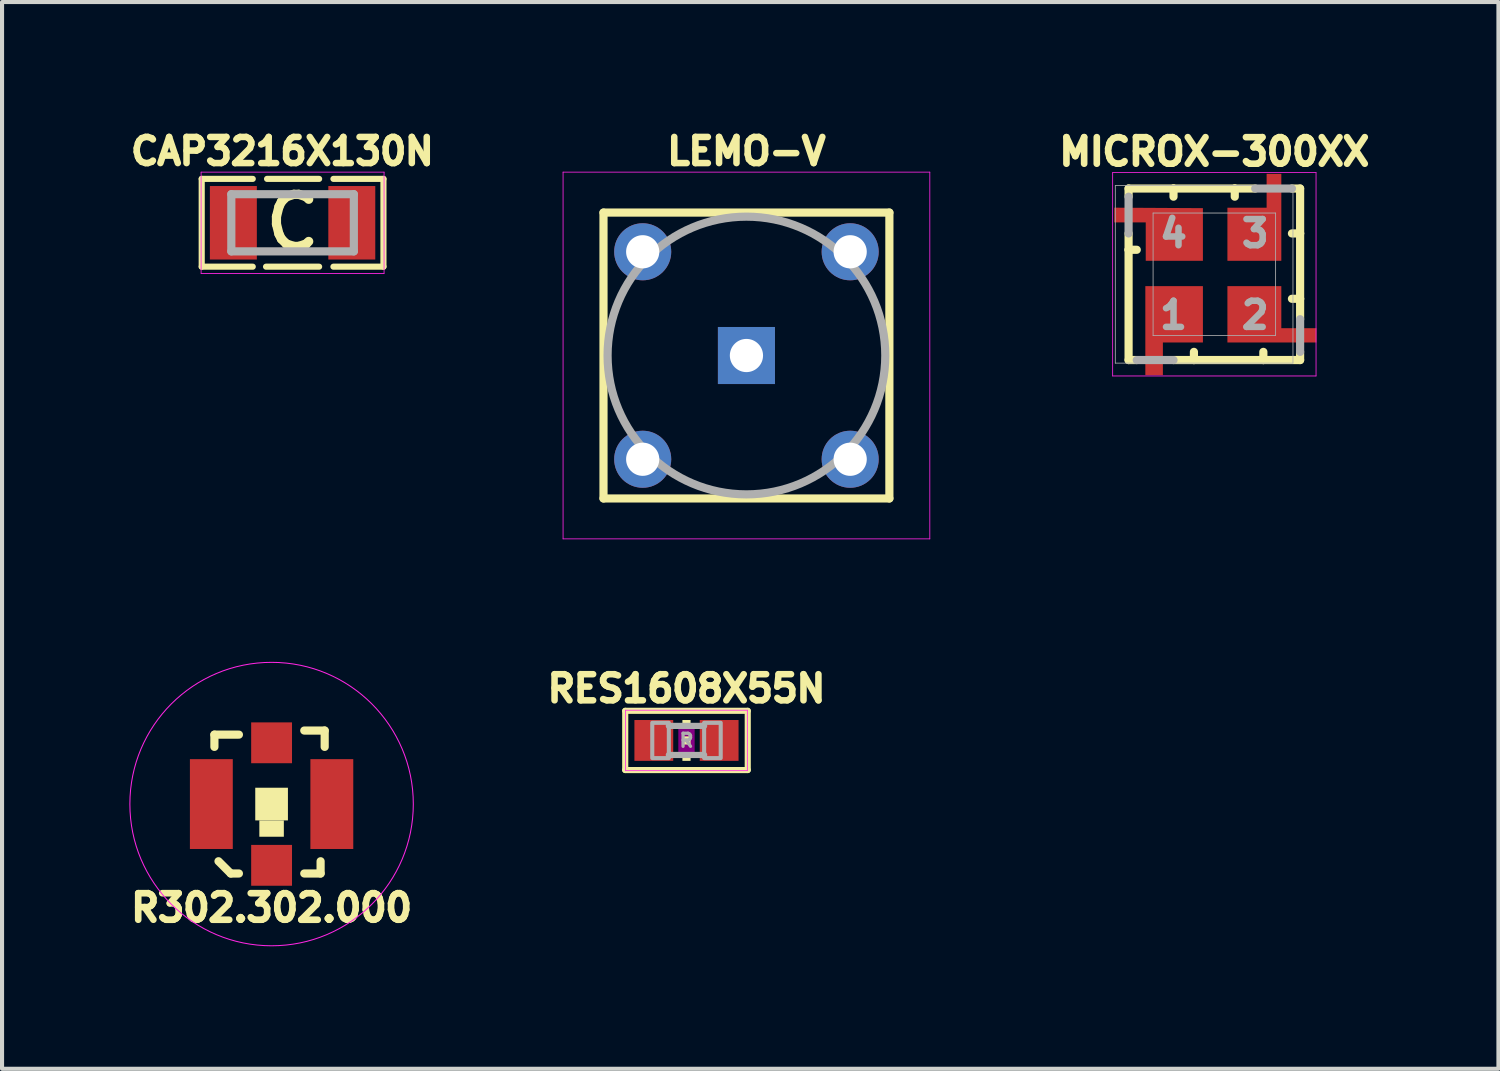
<source format=kicad_pcb>
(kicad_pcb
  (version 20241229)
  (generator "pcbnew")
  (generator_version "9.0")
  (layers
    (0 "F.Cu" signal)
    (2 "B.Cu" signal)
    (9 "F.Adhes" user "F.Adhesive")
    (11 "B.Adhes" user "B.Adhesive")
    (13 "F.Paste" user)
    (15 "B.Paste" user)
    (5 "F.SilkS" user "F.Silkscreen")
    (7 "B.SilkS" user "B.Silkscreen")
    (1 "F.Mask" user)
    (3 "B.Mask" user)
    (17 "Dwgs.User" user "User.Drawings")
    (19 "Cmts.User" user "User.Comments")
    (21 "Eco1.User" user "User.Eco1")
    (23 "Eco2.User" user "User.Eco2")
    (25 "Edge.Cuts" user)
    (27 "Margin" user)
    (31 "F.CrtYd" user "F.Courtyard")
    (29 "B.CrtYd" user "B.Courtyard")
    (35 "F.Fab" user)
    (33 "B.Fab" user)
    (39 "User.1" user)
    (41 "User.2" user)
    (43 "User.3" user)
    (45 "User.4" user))
  (footprint "CAP3216X130N"
    (layer "F.Cu")
    (at 4.114 2.405)
    (property "Reference" "CAP3216X130N" (at -0.25 -1.75 0) (unlocked yes) (layer "F.SilkS") (effects (font (size 0.64 0.64) (thickness 0.16))))
    (fp_line (start -2.225 -1.075) (end -2.225 1.075) (stroke (width 0.15) (type solid)) (layer "F.SilkS"))
    (fp_line (start -2.225 1.075) (end -0.975 1.075) (stroke (width 0.15) (type solid)) (layer "F.SilkS"))
    (fp_line (start -0.975 -1.075) (end -2.225 -1.075) (stroke (width 0.15) (type solid)) (layer "F.SilkS"))
    (fp_line (start -0.65 1.075) (end 0.65 1.075) (stroke (width 0.15) (type solid)) (layer "F.SilkS"))
    (fp_line (start 0.65 -1.075) (end -0.625 -1.075) (stroke (width 0.15) (type solid)) (layer "F.SilkS"))
    (fp_line (start 1 1.075) (end 2.225 1.075) (stroke (width 0.15) (type solid)) (layer "F.SilkS"))
    (fp_line (start 2.225 -1.075) (end 1 -1.075) (stroke (width 0.15) (type solid)) (layer "F.SilkS"))
    (fp_line (start 2.225 1.075) (end 2.225 -1.075) (stroke (width 0.15) (type solid)) (layer "F.SilkS"))
    (fp_line (start -2.24 -1.24) (end -2.24 1.24) (stroke (width 0.02) (type solid)) (layer "F.CrtYd"))
    (fp_line (start -2.24 1.24) (end 2.24 1.24) (stroke (width 0.02) (type solid)) (layer "F.CrtYd"))
    (fp_line (start 2.24 -1.24) (end -2.24 -1.24) (stroke (width 0.02) (type solid)) (layer "F.CrtYd"))
    (fp_line (start 2.24 1.24) (end 2.24 -1.24) (stroke (width 0.02) (type solid)) (layer "F.CrtYd"))
    (fp_line (start -1.5 -0.7) (end -1.5 0.7) (stroke (width 0.2) (type solid)) (layer "F.Fab"))
    (fp_line (start -1.5 0.7) (end 1.5 0.7) (stroke (width 0.2) (type solid)) (layer "F.Fab"))
    (fp_line (start 1.5 -0.7) (end -1.5 -0.7) (stroke (width 0.2) (type solid)) (layer "F.Fab"))
    (fp_line (start 1.5 0.7) (end 1.5 -0.7) (stroke (width 0.2) (type solid)) (layer "F.Fab"))
    (fp_text user "C" (at 0 0 0) (layer "F.SilkS") (effects (font (size 1.275 1.275) (thickness 0.225))))
    (pad "1" smd rect (at -1.45 0) (size 1.15 1.8) (layers "F.Cu" "F.Mask" "F.Paste"))
    (pad "2" smd rect (at 1.45 0) (size 1.15 1.8) (layers "F.Cu" "F.Mask" "F.Paste")))
  (footprint "RES1608X55N"
    (layer "F.Cu")
    (at 13.759 15.08)
    (property "Reference" "RES1608X55N" (at 0 -1.27 0) (unlocked yes) (layer "F.SilkS") (effects (font (size 0.64 0.64) (thickness 0.16))))
    (fp_line (start -1.5 -0.725) (end 1.5 -0.725) (stroke (width 0.15) (type solid)) (layer "F.SilkS"))
    (fp_line (start -1.5 0.725) (end -1.5 -0.725) (stroke (width 0.15) (type solid)) (layer "F.SilkS"))
    (fp_line (start 1.5 -0.725) (end 1.5 0.725) (stroke (width 0.15) (type solid)) (layer "F.SilkS"))
    (fp_line (start 1.5 0.725) (end -1.5 0.725) (stroke (width 0.15) (type solid)) (layer "F.SilkS"))
    (fp_poly (pts (xy -0.1 -0.3) (xy 0.1 -0.3) (xy 0.1 -0.5) (xy -0.1 -0.5)) (stroke (width 0) (type default)) (fill yes) (layer "F.SilkS"))
    (fp_poly (pts (xy -0.1 0.1) (xy 0.1 0.1) (xy 0.1 -0.1) (xy -0.1 -0.1)) (stroke (width 0) (type default)) (fill yes) (layer "F.SilkS"))
    (fp_poly (pts (xy -0.1 0.5) (xy 0.1 0.5) (xy 0.1 0.3) (xy -0.1 0.3)) (stroke (width 0) (type default)) (fill yes) (layer "F.SilkS"))
    (fp_poly (pts (xy -0.2 0.4) (xy 0.2 0.4) (xy 0.2 -0.4) (xy -0.2 -0.4)) (stroke (width 0) (type default)) (fill yes) (layer "F.Adhes"))
    (fp_line (start -1.49 -0.74) (end 1.49 -0.74) (stroke (width 0.02) (type solid)) (layer "F.CrtYd"))
    (fp_line (start -1.49 0.74) (end -1.49 -0.74) (stroke (width 0.02) (type solid)) (layer "F.CrtYd"))
    (fp_line (start 1.49 -0.74) (end 1.49 0.74) (stroke (width 0.02) (type solid)) (layer "F.CrtYd"))
    (fp_line (start 1.49 0.74) (end -1.49 0.74) (stroke (width 0.02) (type solid)) (layer "F.CrtYd"))
    (fp_line (start -0.432 0.356) (end 0.432 0.356) (stroke (width 0.152) (type solid)) (layer "F.Fab"))
    (fp_line (start 0.432 -0.356) (end -0.432 -0.356) (stroke (width 0.152) (type solid)) (layer "F.Fab"))
    (fp_poly (pts (xy -0.838 0.432) (xy -0.432 0.432) (xy -0.432 -0.432) (xy -0.838 -0.432)) (stroke (width 0.1) (type default)) (fill no) (layer "F.Fab"))
    (fp_poly (pts (xy 0.432 0.432) (xy 0.838 0.432) (xy 0.838 -0.432) (xy 0.432 -0.432)) (stroke (width 0.1) (type default)) (fill no) (layer "F.Fab"))
    (fp_text user "R" (at 0 0 0) (layer "F.Fab") (effects (font (size 0.32 0.32) (thickness 0.08))))
    (pad "1" smd rect (at -0.8 0) (size 0.95 1) (layers "F.Cu" "F.Mask" "F.Paste"))
    (pad "2" smd rect (at 0.8 0) (size 0.95 1) (layers "F.Cu" "F.Mask" "F.Paste")))
  (footprint "R302.302.000"
    (layer "F.Cu")
    (at 3.6 16.638)
    (property "Reference" "R302.302.000" (at 0 2.54 0) (unlocked yes) (layer "F.SilkS") (effects (font (size 0.65 0.65) (thickness 0.163))))
    (fp_line (start -1.4 -1.7) (end -1.4 -1.4) (stroke (width 0.2) (type solid)) (layer "F.SilkS"))
    (fp_line (start -1.3 1.4) (end -1 1.7) (stroke (width 0.2) (type solid)) (layer "F.SilkS"))
    (fp_line (start -1 1.7) (end -0.8 1.7) (stroke (width 0.2) (type solid)) (layer "F.SilkS"))
    (fp_line (start -0.8 -1.7) (end -1.4 -1.7) (stroke (width 0.2) (type solid)) (layer "F.SilkS"))
    (fp_line (start 0.8 -1.8) (end 1.3 -1.8) (stroke (width 0.2) (type solid)) (layer "F.SilkS"))
    (fp_line (start 1.2 1.4) (end 1.2 1.7) (stroke (width 0.2) (type solid)) (layer "F.SilkS"))
    (fp_line (start 1.2 1.7) (end 0.8 1.7) (stroke (width 0.2) (type solid)) (layer "F.SilkS"))
    (fp_line (start 1.3 -1.8) (end 1.3 -1.4) (stroke (width 0.2) (type solid)) (layer "F.SilkS"))
    (fp_poly (pts (xy -0.4 0.4) (xy 0.4 0.4) (xy 0.4 -0.4) (xy -0.4 -0.4)) (stroke (width 0) (type default)) (fill yes) (layer "F.SilkS"))
    (fp_poly (pts (xy -0.3 0.8) (xy 0.3 0.8) (xy 0.3 0.4) (xy -0.3 0.4)) (stroke (width 0) (type default)) (fill yes) (layer "F.SilkS"))
    (fp_circle (center 0 0) (end 3.47 0) (stroke (width 0.025) (type solid)) (fill no) (layer "F.CrtYd"))
    (pad "1" smd rect (at 0 1.5) (size 1 1) (layers "F.Cu" "F.Mask" "F.Paste"))
    (pad "GND@1" smd rect (at 1.475 0) (size 1.05 2.2) (layers "F.Cu" "F.Mask" "F.Paste"))
    (pad "GND@2" smd rect (at -1.475 0) (size 1.05 2.2) (layers "F.Cu" "F.Mask" "F.Paste"))
    (pad "GND@3" smd rect (at 0 -1.5) (size 1 1) (layers "F.Cu" "F.Mask" "F.Paste"))
    (zone (net_name "") (layers "F.Cu" "B.Cu") (hatch edge 0.5) (connect_pads) (min_thickness 0.25) (filled_areas_thickness no) (keepout (tracks allowed) (vias not_allowed) (pads allowed) (copperpour allowed) (footprints allowed)) (placement (enabled no)) (fill) (polygon (pts (xy 3 17.438) (xy 4.2 17.438) (xy 4.2 16.138) (xy 3 16.138)))))
  (footprint "MICROX-300XX"
    (layer "F.Cu")
    (at 26.684 3.666)
    (property "Reference" "MICROX-300XX" (at 0 -3 0) (unlocked yes) (layer "F.SilkS") (effects (font (size 0.65 0.65) (thickness 0.163))))
    (fp_poly (pts (xy -0.28 -1.619) (xy -0.28 -0.33) (xy -1.68 -0.33) (xy -1.68 -1.27) (xy -2.45 -1.27) (xy -2.45 -1.631)) (stroke (width 0) (type default)) (fill yes) (layer "F.Cu"))
    (fp_poly (pts (xy -0.28 1.67) (xy -1.26 1.67) (xy -1.26 2.47) (xy -1.69 2.47) (xy -1.69 0.29) (xy -0.28 0.29)) (stroke (width 0) (type default)) (fill yes) (layer "F.Cu"))
    (fp_poly (pts (xy 1.64 -0.33) (xy 0.32 -0.33) (xy 0.32 -1.63) (xy 1.28 -1.63) (xy 1.28 -2.46) (xy 1.64 -2.46)) (stroke (width 0) (type default)) (fill yes) (layer "F.Cu"))
    (fp_poly (pts (xy 1.64 1.32) (xy 2.5 1.32) (xy 2.5 1.67) (xy 0.32 1.67) (xy 0.32 0.29) (xy 1.64 0.29)) (stroke (width 0) (type default)) (fill yes) (layer "F.Cu"))
    (fp_poly (pts (xy -0.25 -0.3) (xy -1.7 -0.3) (xy -1.7 -1.25) (xy -2.5 -1.25) (xy -2.5 -1.65) (xy -0.25 -1.65)) (stroke (width 0) (type default)) (fill yes) (layer "F.Mask"))
    (fp_poly (pts (xy -0.25 1.7) (xy -1.25 1.7) (xy -1.25 2.5) (xy -1.7 2.5) (xy -1.7 0.25) (xy -0.25 0.25)) (stroke (width 0) (type default)) (fill yes) (layer "F.Mask"))
    (fp_poly (pts (xy 1.65 -0.3) (xy 0.3 -0.3) (xy 0.3 -1.65) (xy 1.25 -1.65) (xy 1.25 -2.5) (xy 1.65 -2.5)) (stroke (width 0) (type default)) (fill yes) (layer "F.Mask"))
    (fp_poly (pts (xy 1.65 1.3) (xy 2.55 1.3) (xy 2.55 1.7) (xy 0.3 1.7) (xy 0.3 0.25) (xy 1.65 0.25)) (stroke (width 0) (type default)) (fill yes) (layer "F.Mask"))
    (fp_line (start -2.1 -2.1) (end -2.1 -1.9) (stroke (width 0.2) (type solid)) (layer "F.SilkS"))
    (fp_line (start -2.1 -1) (end -2.1 -0.6) (stroke (width 0.2) (type solid)) (layer "F.SilkS"))
    (fp_line (start -2.1 -0.6) (end -2.1 2.1) (stroke (width 0.2) (type solid)) (layer "F.SilkS"))
    (fp_line (start -2.1 -0.6) (end -1.9 -0.6) (stroke (width 0.2) (type solid)) (layer "F.SilkS"))
    (fp_line (start -2.1 2.1) (end -1.9 2.1) (stroke (width 0.2) (type solid)) (layer "F.SilkS"))
    (fp_line (start -1 -2.1) (end -2.1 -2.1) (stroke (width 0.2) (type solid)) (layer "F.SilkS"))
    (fp_line (start -1 -2.1) (end -1 -1.9) (stroke (width 0.2) (type solid)) (layer "F.SilkS"))
    (fp_line (start -1 2.1) (end -0.5 2.1) (stroke (width 0.2) (type solid)) (layer "F.SilkS"))
    (fp_line (start -0.5 2.1) (end -0.5 1.9) (stroke (width 0.2) (type solid)) (layer "F.SilkS"))
    (fp_line (start -0.5 2.1) (end 1.2 2.1) (stroke (width 0.2) (type solid)) (layer "F.SilkS"))
    (fp_line (start 0.5 -2.1) (end -1 -2.1) (stroke (width 0.2) (type solid)) (layer "F.SilkS"))
    (fp_line (start 0.5 -2.1) (end 0.5 -1.9) (stroke (width 0.2) (type solid)) (layer "F.SilkS"))
    (fp_line (start 1 -2.1) (end 0.5 -2.1) (stroke (width 0.2) (type solid)) (layer "F.SilkS"))
    (fp_line (start 1.2 2.1) (end 1.2 1.9) (stroke (width 0.2) (type solid)) (layer "F.SilkS"))
    (fp_line (start 1.2 2.1) (end 2.1 2.1) (stroke (width 0.2) (type solid)) (layer "F.SilkS"))
    (fp_line (start 2.1 -2.1) (end 1.9 -2.1) (stroke (width 0.2) (type solid)) (layer "F.SilkS"))
    (fp_line (start 2.1 -1) (end 1.9 -1) (stroke (width 0.2) (type solid)) (layer "F.SilkS"))
    (fp_line (start 2.1 -1) (end 2.1 -2.1) (stroke (width 0.2) (type solid)) (layer "F.SilkS"))
    (fp_line (start 2.1 0.6) (end 1.9 0.6) (stroke (width 0.2) (type solid)) (layer "F.SilkS"))
    (fp_line (start 2.1 0.6) (end 2.1 -1) (stroke (width 0.2) (type solid)) (layer "F.SilkS"))
    (fp_line (start 2.1 1.1) (end 2.1 0.6) (stroke (width 0.2) (type solid)) (layer "F.SilkS"))
    (fp_line (start 2.1 2.1) (end 2.1 1.9) (stroke (width 0.2) (type solid)) (layer "F.SilkS"))
    (fp_poly (pts (xy -0.25 1.7) (xy -1.7 1.7) (xy -1.7 0.25) (xy -0.25 0.25)) (stroke (width 0) (type default)) (fill yes) (layer "F.Paste"))
    (fp_poly (pts (xy 1.65 -0.3) (xy 0.3 -0.3) (xy 0.3 -1.65) (xy 1.65 -1.65)) (stroke (width 0) (type default)) (fill yes) (layer "F.Paste"))
    (fp_poly (pts (xy 1.65 1.7) (xy 0.3 1.7) (xy 0.3 0.25) (xy 1.65 0.25)) (stroke (width 0) (type default)) (fill yes) (layer "F.Paste"))
    (fp_poly (pts (xy -0.25 -0.3) (xy -1.7 -0.3) (xy -1.7 -1.25) (xy -1.71 -1.25) (xy -1.71 -1.65) (xy -0.25 -1.65)) (stroke (width 0) (type default)) (fill yes) (layer "F.Paste"))
    (fp_line (start -2.49 -2.49) (end -2.49 2.49) (stroke (width 0.02) (type solid)) (layer "F.CrtYd"))
    (fp_line (start -2.49 2.49) (end 2.49 2.49) (stroke (width 0.02) (type solid)) (layer "F.CrtYd"))
    (fp_line (start 2.49 -2.49) (end -2.49 -2.49) (stroke (width 0.02) (type solid)) (layer "F.CrtYd"))
    (fp_line (start 2.49 2.49) (end 2.49 -2.49) (stroke (width 0.02) (type solid)) (layer "F.CrtYd"))
    (fp_line (start -2.425 -2.175) (end -2.425 2.175) (stroke (width 0.02) (type solid)) (layer "F.Fab"))
    (fp_line (start -2.425 2.175) (end 1.925 2.175) (stroke (width 0.02) (type solid)) (layer "F.Fab"))
    (fp_line (start -2.1 -1.9) (end -2.1 -1) (stroke (width 0.2) (type solid)) (layer "F.Fab"))
    (fp_line (start -1.9 2.1) (end -1 2.1) (stroke (width 0.2) (type solid)) (layer "F.Fab"))
    (fp_line (start -1.5 -1.5) (end -1.5 1.5) (stroke (width 0.02) (type solid)) (layer "F.Fab"))
    (fp_line (start -1.5 1.5) (end 1.5 1.5) (stroke (width 0.02) (type solid)) (layer "F.Fab"))
    (fp_line (start 1 -2.1) (end 1.9 -2.1) (stroke (width 0.2) (type solid)) (layer "F.Fab"))
    (fp_line (start 1.5 -1.5) (end -1.5 -1.5) (stroke (width 0.02) (type solid)) (layer "F.Fab"))
    (fp_line (start 1.5 1.5) (end 1.5 -1.5) (stroke (width 0.02) (type solid)) (layer "F.Fab"))
    (fp_line (start 1.925 -2.175) (end -2.425 -2.175) (stroke (width 0.02) (type solid)) (layer "F.Fab"))
    (fp_line (start 1.925 2.175) (end 1.925 -2.175) (stroke (width 0.02) (type solid)) (layer "F.Fab"))
    (fp_line (start 2.1 1.1) (end 2.1 1.9) (stroke (width 0.2) (type solid)) (layer "F.Fab"))
    (fp_text user "4" (at -1 -1 0) (layer "F.Fab") (effects (font (size 0.64 0.64) (thickness 0.16))))
    (fp_text user "1" (at -1 1 0) (layer "F.Fab") (effects (font (size 0.64 0.64) (thickness 0.16))))
    (fp_text user "2" (at 1 1 0) (layer "F.Fab") (effects (font (size 0.64 0.64) (thickness 0.16))))
    (fp_text user "3" (at 1 -1 0) (layer "F.Fab") (effects (font (size 0.64 0.64) (thickness 0.16))))
    (pad "1" smd roundrect (at -1.48 2.28) (size 0.2 0.2) (layers "F.Cu") (roundrect_rratio 0.25))
    (pad "2" smd rect (at 2.28 1.48) (size 0.2 0.2) (layers "F.Cu"))
    (pad "3" smd rect (at 1.48 -2.28) (size 0.2 0.2) (layers "F.Cu"))
    (pad "4" smd rect (at -2.28 -1.48) (size 0.2 0.2) (layers "F.Cu")))
  (footprint "LEMO-V"
    (layer "F.Cu")
    (at 15.227 5.655)
    (property "Reference" "LEMO-V" (at 0 -5 0) (unlocked yes) (layer "F.SilkS") (effects (font (size 0.64 0.64) (thickness 0.16))))
    (fp_line (start -3.5 -3.5) (end -3.5 3.5) (stroke (width 0.2) (type solid)) (layer "F.SilkS"))
    (fp_line (start -3.5 3.5) (end 3.5 3.5) (stroke (width 0.2) (type solid)) (layer "F.SilkS"))
    (fp_line (start 3.5 -3.5) (end -3.5 -3.5) (stroke (width 0.2) (type solid)) (layer "F.SilkS"))
    (fp_line (start 3.5 3.5) (end 3.5 -3.5) (stroke (width 0.2) (type solid)) (layer "F.SilkS"))
    (fp_line (start -4.49 -4.49) (end -4.49 4.49) (stroke (width 0.02) (type solid)) (layer "F.CrtYd"))
    (fp_line (start -4.49 4.49) (end 4.49 4.49) (stroke (width 0.02) (type solid)) (layer "F.CrtYd"))
    (fp_line (start 4.49 -4.49) (end -4.49 -4.49) (stroke (width 0.02) (type solid)) (layer "F.CrtYd"))
    (fp_line (start 4.49 4.49) (end 4.49 -4.49) (stroke (width 0.02) (type solid)) (layer "F.CrtYd"))
    (fp_circle (center 0 0) (end 3.4 0) (stroke (width 0.2) (type solid)) (fill no) (layer "F.Fab"))
    (pad "INNER" thru_hole rect (at 0 0) (size 1.397 1.397) (drill 0.813) (layers "*.Cu" "*.Mask"))
    (pad "S1" thru_hole circle (at -2.54 -2.54) (size 1.397 1.397) (drill 0.813) (layers "*.Cu" "*.Mask"))
    (pad "S2" thru_hole circle (at 2.54 -2.54) (size 1.397 1.397) (drill 0.813) (layers "*.Cu" "*.Mask"))
    (pad "S3" thru_hole circle (at -2.54 2.54) (size 1.397 1.397) (drill 0.813) (layers "*.Cu" "*.Mask"))
    (pad "S4" thru_hole circle (at 2.54 2.54) (size 1.397 1.397) (drill 0.813) (layers "*.Cu" "*.Mask")))
  (gr_rect
    (start -3 -3)
    (end 33.64 23.12)
    (stroke (width 0.1) (type default))
    (fill no)
    (layer "Edge.Cuts")))
</source>
